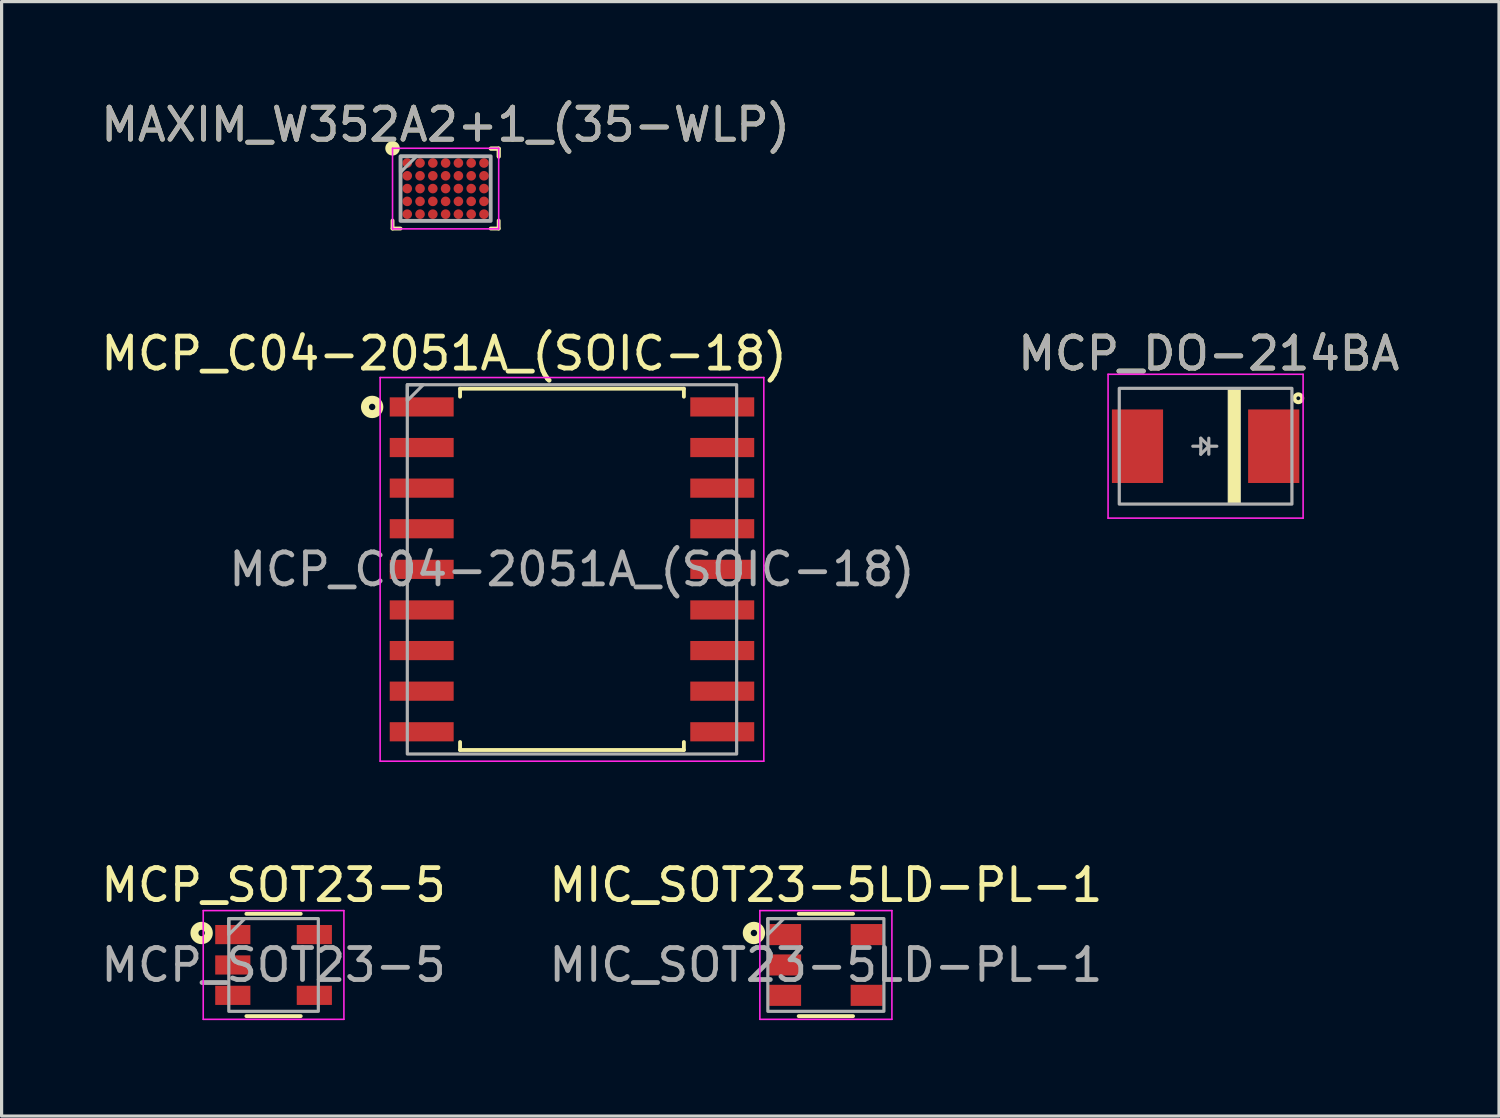
<source format=kicad_pcb>
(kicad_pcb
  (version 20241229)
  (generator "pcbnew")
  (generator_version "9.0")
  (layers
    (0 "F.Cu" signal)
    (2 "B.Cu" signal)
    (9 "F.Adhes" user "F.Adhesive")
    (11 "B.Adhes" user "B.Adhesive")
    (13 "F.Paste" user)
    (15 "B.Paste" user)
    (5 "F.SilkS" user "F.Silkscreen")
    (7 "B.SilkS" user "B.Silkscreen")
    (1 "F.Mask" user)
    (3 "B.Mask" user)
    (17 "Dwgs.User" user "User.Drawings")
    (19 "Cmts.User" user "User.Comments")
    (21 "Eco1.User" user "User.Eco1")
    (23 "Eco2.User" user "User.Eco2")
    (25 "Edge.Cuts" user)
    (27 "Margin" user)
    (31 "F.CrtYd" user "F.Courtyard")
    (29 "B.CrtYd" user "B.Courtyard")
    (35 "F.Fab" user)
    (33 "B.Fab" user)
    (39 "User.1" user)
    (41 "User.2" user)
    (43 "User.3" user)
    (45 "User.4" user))
  (footprint "MIC_SOT23-5LD-PL-1"
    (layer "F.Cu")
    (at 22.78 27.13)
    (property "Reference" "MIC_SOT23-5LD-PL-1" (at 0 -2.5 0) (unlocked yes) (layer "F.SilkS") (effects (font (size 1 1) (thickness 0.15))))
    (attr smd)
    (fp_line (start 0.85 -1.6) (end -0.85 -1.6) (stroke (width 0.12) (type solid)) (layer "F.SilkS"))
    (fp_line (start 0.85 1.6) (end -0.85 1.6) (stroke (width 0.12) (type solid)) (layer "F.SilkS"))
    (fp_circle (center -2.25 -1) (end -2.15 -1) (stroke (width 0.25) (type solid)) (fill no) (layer "F.SilkS"))
    (fp_line (start -2.065 -1.7) (end -2.065 1.7) (stroke (width 0.05) (type solid)) (layer "F.CrtYd"))
    (fp_line (start -2.065 -1.7) (end 2.065 -1.7) (stroke (width 0.05) (type solid)) (layer "F.CrtYd"))
    (fp_line (start -2.065 1.7) (end 2.065 1.7) (stroke (width 0.05) (type solid)) (layer "F.CrtYd"))
    (fp_line (start 2.065 -1.7) (end 2.065 1.7) (stroke (width 0.05) (type solid)) (layer "F.CrtYd"))
    (fp_rect (start 1.815 -1.45) (end -1.815 1.45) (stroke (width 0.1) (type solid)) (fill no) (layer "F.Fab"))
    (fp_poly (pts (xy -1.815 -0.95) (xy -1.815 -1.45) (xy -1.315 -1.45)) (stroke (width 0.1) (type solid)) (fill no) (layer "F.Fab"))
    (fp_text user "${REFERENCE}" (at 0 0 0) (unlocked yes) (layer "F.Fab") (effects (font (size 1 1) (thickness 0.15))))
    (pad "1" smd rect (at -1.275 -0.95) (size 1 0.66) (layers "F.Cu" "F.Mask" "F.Paste"))
    (pad "2" smd rect (at -1.275 0) (size 1 0.66) (layers "F.Cu" "F.Mask" "F.Paste"))
    (pad "3" smd rect (at -1.275 0.95) (size 1 0.66) (layers "F.Cu" "F.Mask" "F.Paste"))
    (pad "4" smd rect (at 1.275 0.95) (size 1 0.66) (layers "F.Cu" "F.Mask" "F.Paste"))
    (pad "5" smd rect (at 1.275 -0.95) (size 1 0.66) (layers "F.Cu" "F.Mask" "F.Paste")))
  (footprint "MCP_C04-2051A_(SOIC-18)"
    (layer "F.Cu")
    (at 14.839 14.757)
    (property "Reference" "MCP_C04-2051A_(SOIC-18)" (at -4 -6.75 0) (unlocked yes) (layer "F.SilkS") (effects (font (size 1 1) (thickness 0.15))))
    (attr smd)
    (fp_line (start -3.5 -5.65) (end -3.5 -5.4) (stroke (width 0.12) (type solid)) (layer "F.SilkS"))
    (fp_line (start -3.5 5.4) (end -3.5 5.65) (stroke (width 0.12) (type solid)) (layer "F.SilkS"))
    (fp_line (start 3.5 -5.65) (end -3.5 -5.65) (stroke (width 0.12) (type solid)) (layer "F.SilkS"))
    (fp_line (start 3.5 -5.4) (end 3.5 -5.65) (stroke (width 0.12) (type solid)) (layer "F.SilkS"))
    (fp_line (start 3.5 5.65) (end -3.5 5.65) (stroke (width 0.12) (type solid)) (layer "F.SilkS"))
    (fp_line (start 3.5 5.65) (end 3.5 5.4) (stroke (width 0.12) (type solid)) (layer "F.SilkS"))
    (fp_circle (center -6.25 -5.08) (end -6.15 -5.08) (stroke (width 0.25) (type solid)) (fill no) (layer "F.SilkS"))
    (fp_line (start -6 -6) (end 6 -6) (stroke (width 0.05) (type solid)) (layer "F.CrtYd"))
    (fp_line (start -6 6) (end -6 -6) (stroke (width 0.05) (type solid)) (layer "F.CrtYd"))
    (fp_line (start 6 -6) (end 6 6) (stroke (width 0.05) (type solid)) (layer "F.CrtYd"))
    (fp_line (start 6 6) (end -6 6) (stroke (width 0.05) (type solid)) (layer "F.CrtYd"))
    (fp_rect (start 5.15 -5.775) (end -5.15 5.775) (stroke (width 0.1) (type solid)) (fill no) (layer "F.Fab"))
    (fp_poly (pts (xy -5.15 -5.275) (xy -5.15 -5.775) (xy -4.65 -5.775)) (stroke (width 0.1) (type solid)) (fill no) (layer "F.Fab"))
    (fp_text user "${REFERENCE}" (at 0 0 0) (unlocked yes) (layer "F.Fab") (effects (font (size 1 1) (thickness 0.15))))
    (pad "1" smd rect (at -4.7 -5.08) (size 2 0.6) (layers "F.Cu" "F.Mask" "F.Paste"))
    (pad "2" smd rect (at -4.7 -3.81) (size 2 0.6) (layers "F.Cu" "F.Mask" "F.Paste"))
    (pad "3" smd rect (at -4.7 -2.54) (size 2 0.6) (layers "F.Cu" "F.Mask" "F.Paste"))
    (pad "4" smd rect (at -4.7 -1.27) (size 2 0.6) (layers "F.Cu" "F.Mask" "F.Paste"))
    (pad "5" smd rect (at -4.7 0) (size 2 0.6) (layers "F.Cu" "F.Mask" "F.Paste"))
    (pad "6" smd rect (at -4.7 1.27) (size 2 0.6) (layers "F.Cu" "F.Mask" "F.Paste"))
    (pad "7" smd rect (at -4.7 2.54) (size 2 0.6) (layers "F.Cu" "F.Mask" "F.Paste"))
    (pad "8" smd rect (at -4.7 3.81) (size 2 0.6) (layers "F.Cu" "F.Mask" "F.Paste"))
    (pad "9" smd rect (at -4.7 5.08) (size 2 0.6) (layers "F.Cu" "F.Mask" "F.Paste"))
    (pad "10" smd rect (at 4.7 5.08) (size 2 0.6) (layers "F.Cu" "F.Mask" "F.Paste"))
    (pad "11" smd rect (at 4.7 3.81) (size 2 0.6) (layers "F.Cu" "F.Mask" "F.Paste"))
    (pad "12" smd rect (at 4.7 2.54) (size 2 0.6) (layers "F.Cu" "F.Mask" "F.Paste"))
    (pad "13" smd rect (at 4.7 1.27) (size 2 0.6) (layers "F.Cu" "F.Mask" "F.Paste"))
    (pad "14" smd rect (at 4.7 0) (size 2 0.6) (layers "F.Cu" "F.Mask" "F.Paste"))
    (pad "15" smd rect (at 4.7 -1.27) (size 2 0.6) (layers "F.Cu" "F.Mask" "F.Paste"))
    (pad "16" smd rect (at 4.7 -2.54) (size 2 0.6) (layers "F.Cu" "F.Mask" "F.Paste"))
    (pad "17" smd rect (at 4.7 -3.81) (size 2 0.6) (layers "F.Cu" "F.Mask" "F.Paste"))
    (pad "18" smd rect (at 4.7 -5.08) (size 2 0.6) (layers "F.Cu" "F.Mask" "F.Paste")))
  (footprint "MAXIM_W352A2+1_(35-WLP)"
    (layer "F.Cu")
    (at 10.887 2.848)
    (property "Reference" "MAXIM_W352A2+1_(35-WLP)" (at 0 -2 0) (unlocked yes) (layer "F.SilkS") (effects (font (size 1 1) (thickness 0.15))))
    (attr smd)
    (fp_line (start -1.66 1) (end -1.66 1.25) (stroke (width 0.12) (type solid)) (layer "F.SilkS"))
    (fp_line (start -1.66 1.25) (end -1.41 1.25) (stroke (width 0.12) (type solid)) (layer "F.SilkS"))
    (fp_line (start 1.41 -1.25) (end 1.66 -1.25) (stroke (width 0.12) (type solid)) (layer "F.SilkS"))
    (fp_line (start 1.41 -1.25) (end 1.66 -1.25) (stroke (width 0.12) (type solid)) (layer "F.SilkS"))
    (fp_line (start 1.66 -1.25) (end 1.66 -1) (stroke (width 0.12) (type solid)) (layer "F.SilkS"))
    (fp_line (start 1.66 -1.25) (end 1.66 -1) (stroke (width 0.12) (type solid)) (layer "F.SilkS"))
    (fp_line (start 1.66 1) (end 1.66 1.25) (stroke (width 0.12) (type solid)) (layer "F.SilkS"))
    (fp_line (start 1.66 1.25) (end 1.41 1.25) (stroke (width 0.12) (type solid)) (layer "F.SilkS"))
    (fp_circle (center -1.66 -1.26) (end -1.56 -1.26) (stroke (width 0.254) (type solid)) (fill yes) (layer "F.SilkS"))
    (fp_line (start -1.66 1.26) (end -1.66 -1.26) (stroke (width 0.05) (type solid)) (layer "F.CrtYd"))
    (fp_line (start 1.66 -1.26) (end -1.66 -1.26) (stroke (width 0.05) (type solid)) (layer "F.CrtYd"))
    (fp_line (start 1.66 1.26) (end -1.66 1.26) (stroke (width 0.05) (type solid)) (layer "F.CrtYd"))
    (fp_line (start 1.66 1.26) (end 1.66 -1.26) (stroke (width 0.05) (type solid)) (layer "F.CrtYd"))
    (fp_rect (start -1.41 -1.01) (end 1.41 1.01) (stroke (width 0.12) (type solid)) (fill no) (layer "F.Fab"))
    (fp_poly (pts (xy -1.41 -0.51) (xy -1.41 -1.01) (xy -0.91 -1.01)) (stroke (width 0.1) (type solid)) (fill no) (layer "F.Fab"))
    (fp_text user "${REFERENCE}" (at 0 -2 0) (unlocked yes) (layer "F.Fab") (effects (font (size 1 1) (thickness 0.15))))
    (pad "A1" smd circle (at -1.2 -0.8 90) (size 0.3 0.3) (layers "F.Cu" "F.Mask" "F.Paste"))
    (pad "A2" smd circle (at -0.8 -0.8 90) (size 0.3 0.3) (layers "F.Cu" "F.Mask" "F.Paste"))
    (pad "A3" smd circle (at -0.4 -0.8 90) (size 0.3 0.3) (layers "F.Cu" "F.Mask" "F.Paste"))
    (pad "A4" smd circle (at 0 -0.8 90) (size 0.3 0.3) (layers "F.Cu" "F.Mask" "F.Paste"))
    (pad "A5" smd circle (at 0.4 -0.8 90) (size 0.3 0.3) (layers "F.Cu" "F.Mask" "F.Paste"))
    (pad "A6" smd circle (at 0.8 -0.8 90) (size 0.3 0.3) (layers "F.Cu" "F.Mask" "F.Paste"))
    (pad "A7" smd circle (at 1.2 -0.8 90) (size 0.3 0.3) (layers "F.Cu" "F.Mask" "F.Paste"))
    (pad "B1" smd circle (at -1.2 -0.4 90) (size 0.3 0.3) (layers "F.Cu" "F.Mask" "F.Paste"))
    (pad "B2" smd circle (at -0.8 -0.4 90) (size 0.3 0.3) (layers "F.Cu" "F.Mask" "F.Paste"))
    (pad "B3" smd circle (at -0.4 -0.4 90) (size 0.3 0.3) (layers "F.Cu" "F.Mask" "F.Paste"))
    (pad "B4" smd circle (at 0 -0.4 90) (size 0.3 0.3) (layers "F.Cu" "F.Mask" "F.Paste"))
    (pad "B5" smd circle (at 0.4 -0.4 90) (size 0.3 0.3) (layers "F.Cu" "F.Mask" "F.Paste"))
    (pad "B6" smd circle (at 0.8 -0.4 90) (size 0.3 0.3) (layers "F.Cu" "F.Mask" "F.Paste"))
    (pad "B7" smd circle (at 1.2 -0.4 90) (size 0.3 0.3) (layers "F.Cu" "F.Mask" "F.Paste"))
    (pad "C1" smd circle (at -1.2 0 90) (size 0.3 0.3) (layers "F.Cu" "F.Mask" "F.Paste"))
    (pad "C2" smd circle (at -0.8 0 90) (size 0.3 0.3) (layers "F.Cu" "F.Mask" "F.Paste"))
    (pad "C3" smd circle (at -0.4 0 90) (size 0.3 0.3) (layers "F.Cu" "F.Mask" "F.Paste"))
    (pad "C4" smd circle (at 0 0 90) (size 0.3 0.3) (layers "F.Cu" "F.Mask" "F.Paste"))
    (pad "C5" smd circle (at 0.4 0 90) (size 0.3 0.3) (layers "F.Cu" "F.Mask" "F.Paste"))
    (pad "C6" smd circle (at 0.8 0 90) (size 0.3 0.3) (layers "F.Cu" "F.Mask" "F.Paste"))
    (pad "C7" smd circle (at 1.2 0 90) (size 0.3 0.3) (layers "F.Cu" "F.Mask" "F.Paste"))
    (pad "D1" smd circle (at -1.2 0.4 90) (size 0.3 0.3) (layers "F.Cu" "F.Mask" "F.Paste"))
    (pad "D2" smd circle (at -0.8 0.4 90) (size 0.3 0.3) (layers "F.Cu" "F.Mask" "F.Paste"))
    (pad "D3" smd circle (at -0.4 0.4 90) (size 0.3 0.3) (layers "F.Cu" "F.Mask" "F.Paste"))
    (pad "D4" smd circle (at 0 0.4 90) (size 0.3 0.3) (layers "F.Cu" "F.Mask" "F.Paste"))
    (pad "D5" smd circle (at 0.4 0.4 90) (size 0.3 0.3) (layers "F.Cu" "F.Mask" "F.Paste"))
    (pad "D6" smd circle (at 0.8 0.4 90) (size 0.3 0.3) (layers "F.Cu" "F.Mask" "F.Paste"))
    (pad "D7" smd circle (at 1.2 0.4 90) (size 0.3 0.3) (layers "F.Cu" "F.Mask" "F.Paste"))
    (pad "E1" smd circle (at -1.2 0.8 90) (size 0.3 0.3) (layers "F.Cu" "F.Mask" "F.Paste"))
    (pad "E2" smd circle (at -0.8 0.8 90) (size 0.3 0.3) (layers "F.Cu" "F.Mask" "F.Paste"))
    (pad "E3" smd circle (at -0.4 0.8 90) (size 0.3 0.3) (layers "F.Cu" "F.Mask" "F.Paste"))
    (pad "E4" smd circle (at 0 0.8 90) (size 0.3 0.3) (layers "F.Cu" "F.Mask" "F.Paste"))
    (pad "E5" smd circle (at 0.4 0.8 90) (size 0.3 0.3) (layers "F.Cu" "F.Mask" "F.Paste"))
    (pad "E6" smd circle (at 0.8 0.8 90) (size 0.3 0.3) (layers "F.Cu" "F.Mask" "F.Paste"))
    (pad "E7" smd circle (at 1.2 0.8 90) (size 0.3 0.3) (layers "F.Cu" "F.Mask" "F.Paste")))
  (footprint "MCP_DO-214BA"
    (layer "F.Cu")
    (at 34.656 10.906)
    (property "Reference" "MCP_DO-214BA" (at 0.1 -2.9 0) (unlocked yes) (layer "F.SilkS") (effects (font (size 1 1) (thickness 0.15))))
    (attr smd)
    (fp_rect (start 0.7 -1.8) (end 1.1 1.8) (stroke (width 0.01) (type solid)) (fill yes) (layer "F.SilkS"))
    (fp_circle (center 2.9 -1.5) (end 2.96 -1.5) (stroke (width 0.125) (type solid)) (fill no) (layer "F.SilkS"))
    (fp_line (start -3.05 2.25) (end -3.05 -2.25) (stroke (width 0.05) (type solid)) (layer "F.CrtYd"))
    (fp_line (start 3.05 -2.25) (end -3.05 -2.25) (stroke (width 0.05) (type solid)) (layer "F.CrtYd"))
    (fp_line (start 3.05 2.25) (end -3.05 2.25) (stroke (width 0.05) (type solid)) (layer "F.CrtYd"))
    (fp_line (start 3.05 2.25) (end 3.05 -2.25) (stroke (width 0.05) (type solid)) (layer "F.CrtYd"))
    (fp_line (start -0.15 -0.25) (end -0.15 0.25) (stroke (width 0.1) (type solid)) (layer "F.Fab"))
    (fp_line (start -0.15 0) (end -0.4 0) (stroke (width 0.1) (type solid)) (layer "F.Fab"))
    (fp_line (start -0.15 0.25) (end 0.1 0) (stroke (width 0.1) (type solid)) (layer "F.Fab"))
    (fp_line (start 0.1 -0.25) (end 0.1 0.25) (stroke (width 0.1) (type solid)) (layer "F.Fab"))
    (fp_line (start 0.1 0) (end -0.15 -0.25) (stroke (width 0.1) (type solid)) (layer "F.Fab"))
    (fp_line (start 0.1 0) (end 0.35 0) (stroke (width 0.1) (type solid)) (layer "F.Fab"))
    (fp_rect (start -2.7 -1.81) (end 2.7 1.81) (stroke (width 0.1) (type solid)) (fill no) (layer "F.Fab"))
    (fp_rect (start 0.7 -1.8) (end 1.1 1.8) (stroke (width 0.01) (type solid)) (fill no) (layer "F.Fab"))
    (fp_text user "${REFERENCE}" (at 0.1 -2.9 0) (unlocked yes) (layer "F.Fab") (effects (font (size 1 1) (thickness 0.15))))
    (pad "1" smd rect (at -2.13 0) (size 1.6 2.3) (layers "F.Cu" "F.Mask" "F.Paste"))
    (pad "2" smd rect (at 2.13 0) (size 1.6 2.3) (layers "F.Cu" "F.Mask" "F.Paste")))
  (footprint "MCP_SOT23-5"
    (layer "F.Cu")
    (at 5.506 27.13)
    (property "Reference" "MCP_SOT23-5" (at 0 -2.5 0) (unlocked yes) (layer "F.SilkS") (effects (font (size 1 1) (thickness 0.15))))
    (attr smd)
    (fp_line (start 0.85 -1.6) (end -0.85 -1.6) (stroke (width 0.12) (type solid)) (layer "F.SilkS"))
    (fp_line (start 0.85 1.6) (end -0.85 1.6) (stroke (width 0.12) (type solid)) (layer "F.SilkS"))
    (fp_circle (center -2.25 -1) (end -2.15 -1) (stroke (width 0.25) (type solid)) (fill no) (layer "F.SilkS"))
    (fp_line (start -2.2 -1.7) (end -2.2 1.7) (stroke (width 0.05) (type solid)) (layer "F.CrtYd"))
    (fp_line (start -2.2 -1.7) (end 2.2 -1.7) (stroke (width 0.05) (type solid)) (layer "F.CrtYd"))
    (fp_line (start -2.2 1.7) (end 2.2 1.7) (stroke (width 0.05) (type solid)) (layer "F.CrtYd"))
    (fp_line (start 2.2 -1.7) (end 2.2 1.7) (stroke (width 0.05) (type solid)) (layer "F.CrtYd"))
    (fp_rect (start 1.4 -1.45) (end -1.4 1.45) (stroke (width 0.1) (type solid)) (fill no) (layer "F.Fab"))
    (fp_poly (pts (xy -1.4 -0.95) (xy -1.4 -1.45) (xy -0.9 -1.45)) (stroke (width 0.1) (type solid)) (fill no) (layer "F.Fab"))
    (fp_text user "${REFERENCE}" (at 0 0 0) (unlocked yes) (layer "F.Fab") (effects (font (size 1 1) (thickness 0.15))))
    (pad "1" smd rect (at -1.275 -0.95) (size 1.1 0.6) (layers "F.Cu" "F.Mask" "F.Paste"))
    (pad "2" smd rect (at -1.275 0) (size 1.1 0.6) (layers "F.Cu" "F.Mask" "F.Paste"))
    (pad "3" smd rect (at -1.275 0.95) (size 1.1 0.6) (layers "F.Cu" "F.Mask" "F.Paste"))
    (pad "4" smd rect (at 1.275 0.95) (size 1.1 0.6) (layers "F.Cu" "F.Mask" "F.Paste"))
    (pad "5" smd rect (at 1.275 -0.95) (size 1.1 0.6) (layers "F.Cu" "F.Mask" "F.Paste")))
  (gr_rect
    (start -3 -3)
    (end 43.833 31.855)
    (stroke (width 0.1) (type default))
    (fill no)
    (layer "Edge.Cuts")))
</source>
